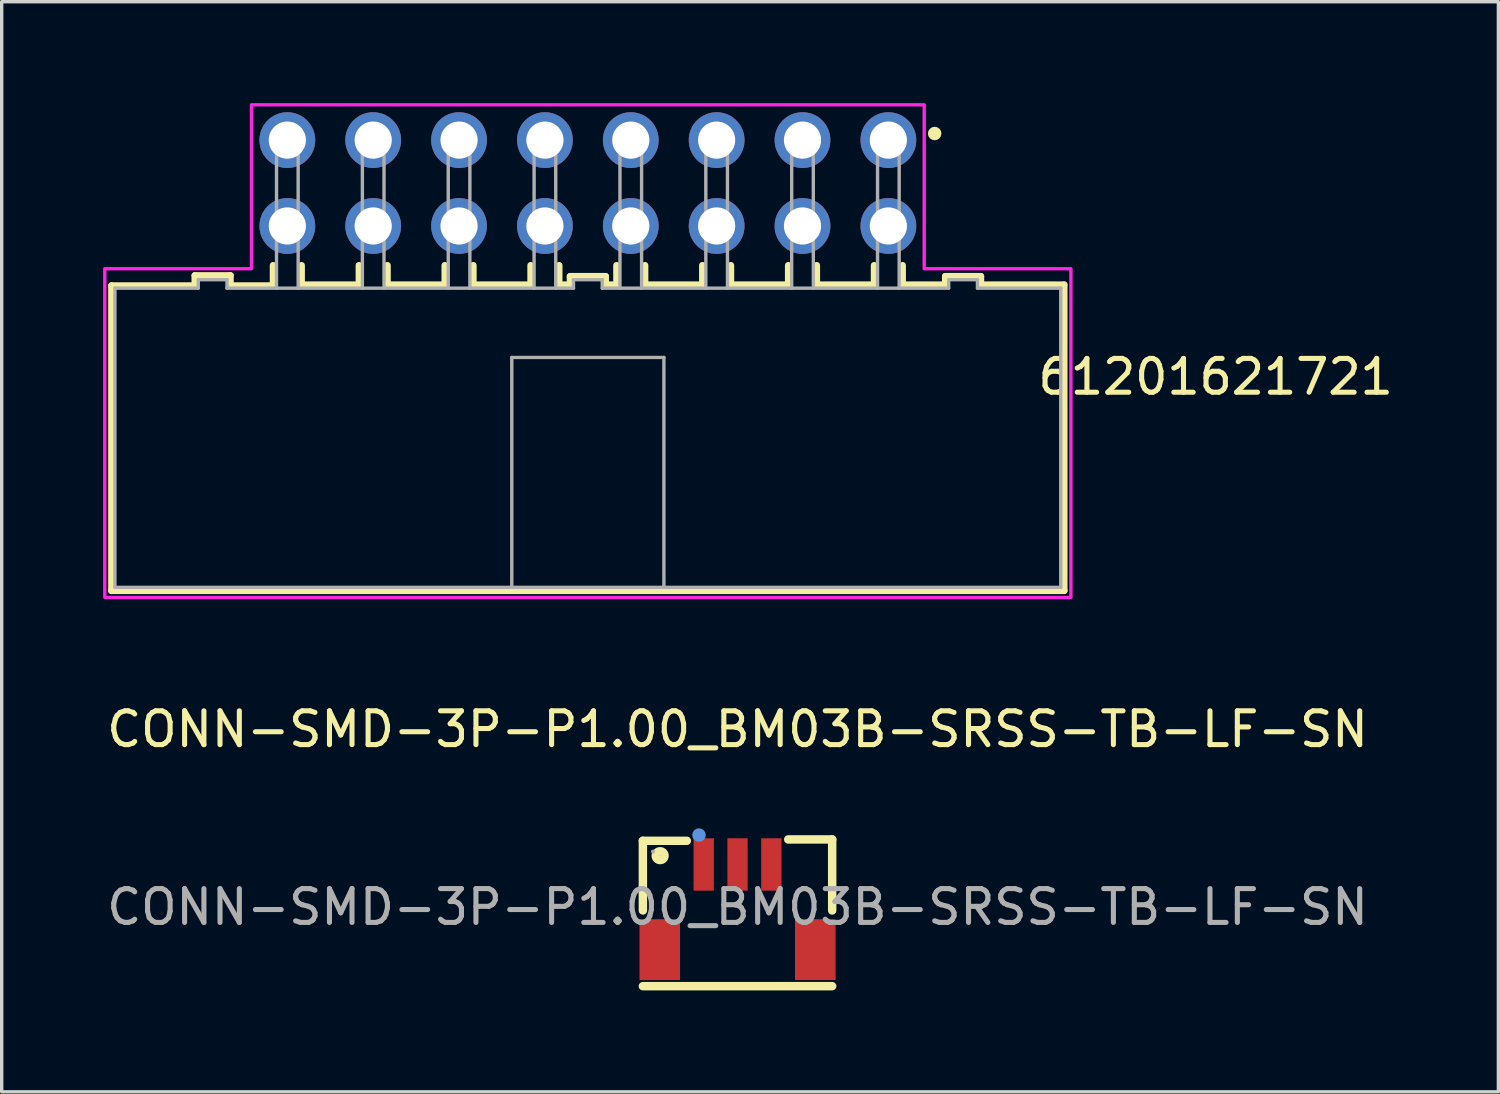
<source format=kicad_pcb>
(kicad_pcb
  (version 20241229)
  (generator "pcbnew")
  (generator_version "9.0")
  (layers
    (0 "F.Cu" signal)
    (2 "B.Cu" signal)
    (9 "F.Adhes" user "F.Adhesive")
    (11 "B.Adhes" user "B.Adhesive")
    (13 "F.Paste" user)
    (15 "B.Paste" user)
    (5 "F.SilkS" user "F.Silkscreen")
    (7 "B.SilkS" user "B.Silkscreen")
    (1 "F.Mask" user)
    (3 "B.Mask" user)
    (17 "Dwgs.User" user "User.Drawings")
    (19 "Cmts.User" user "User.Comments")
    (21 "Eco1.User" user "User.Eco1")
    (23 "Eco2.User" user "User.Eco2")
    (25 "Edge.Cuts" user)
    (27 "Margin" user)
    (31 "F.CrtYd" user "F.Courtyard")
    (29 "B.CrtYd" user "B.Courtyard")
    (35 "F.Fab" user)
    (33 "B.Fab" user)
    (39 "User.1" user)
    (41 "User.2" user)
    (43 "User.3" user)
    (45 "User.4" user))
  (footprint "CONN-SMD-3P-P1.00_BM03B-SRSS-TB-LF-SN"
    (layer "F.Cu")
    (at 18.768 23.783)
    (property "Reference" "CONN-SMD-3P-P1.00_BM03B-SRSS-TB-LF-SN" (at 0 -5.26 0) (layer "F.SilkS") (effects (font (size 1 1) (thickness 0.15))))
    (attr smd)
    (fp_line (start -2.8 -1.96) (end -2.8 0.1) (stroke (width 0.25) (type solid)) (layer "F.SilkS"))
    (fp_line (start -2.8 2.34) (end 2.8 2.34) (stroke (width 0.25) (type solid)) (layer "F.SilkS"))
    (fp_line (start -1.5 -1.96) (end -2.8 -1.96) (stroke (width 0.25) (type solid)) (layer "F.SilkS"))
    (fp_line (start 1.5 -2) (end 2.8 -2) (stroke (width 0.25) (type solid)) (layer "F.SilkS"))
    (fp_line (start 2.8 -2) (end 2.8 0.1) (stroke (width 0.25) (type solid)) (layer "F.SilkS"))
    (fp_circle (center -2.29 -1.52) (end -2.16 -1.52) (stroke (width 0.25) (type solid)) (fill no) (layer "F.SilkS"))
    (fp_circle (center -1.14 -2.13) (end -1.04 -2.13) (stroke (width 0.2) (type solid)) (fill no) (layer "Cmts.User"))
    (fp_circle (center -2.5 -1.64) (end -2.47 -1.64) (stroke (width 0.06) (type solid)) (fill no) (layer "F.Fab"))
    (fp_text user "${REFERENCE}" (at 0 0 0) (layer "F.Fab") (effects (font (size 1 1) (thickness 0.15))))
    (pad "1" smd rect (at -1 -1.26) (size 0.6 1.55) (layers "F.Cu" "F.Mask" "F.Paste"))
    (pad "2" smd rect (at 0 -1.26) (size 0.6 1.55) (layers "F.Cu" "F.Mask" "F.Paste"))
    (pad "3" smd rect (at 1 -1.26) (size 0.6 1.55) (layers "F.Cu" "F.Mask" "F.Paste"))
    (pad "4" smd rect (at 2.3 1.26) (size 1.2 1.8) (layers "F.Cu" "F.Mask" "F.Paste"))
    (pad "5" smd rect (at -2.3 1.26) (size 1.2 1.8) (layers "F.Cu" "F.Mask" "F.Paste")))
  (footprint "61201621721"
    (layer "F.Cu")
    (at 14.34 9.9)
    (property "Reference" "61201621721" (at 18.573 -1.802 0) (layer "F.SilkS") (effects (font (size 1 1) (thickness 0.15))))
    (attr through_hole)
    (fp_line (start -14.09 -4.5) (end -14.09 4.525) (stroke (width 0.2) (type solid)) (layer "F.SilkS"))
    (fp_line (start -14.09 4.525) (end 14.09 4.525) (stroke (width 0.2) (type solid)) (layer "F.SilkS"))
    (fp_line (start -11.625 -4.8) (end -10.575 -4.8) (stroke (width 0.2) (type solid)) (layer "F.SilkS"))
    (fp_line (start -11.625 -4.5) (end -14.09 -4.5) (stroke (width 0.2) (type solid)) (layer "F.SilkS"))
    (fp_line (start -11.625 -4.5) (end -11.625 -4.8) (stroke (width 0.2) (type solid)) (layer "F.SilkS"))
    (fp_line (start -10.575 -4.8) (end -10.575 -4.5) (stroke (width 0.2) (type solid)) (layer "F.SilkS"))
    (fp_line (start -10.575 -4.5) (end -9.31 -4.5) (stroke (width 0.2) (type solid)) (layer "F.SilkS"))
    (fp_line (start -9.31 -4.5) (end -9.31 -5.1) (stroke (width 0.2) (type solid)) (layer "F.SilkS"))
    (fp_line (start -8.47 -5.1) (end -8.47 -4.525) (stroke (width 0.2) (type solid)) (layer "F.SilkS"))
    (fp_line (start -8.47 -4.525) (end -6.77 -4.525) (stroke (width 0.2) (type solid)) (layer "F.SilkS"))
    (fp_line (start -6.77 -4.525) (end -6.77 -5.1) (stroke (width 0.2) (type solid)) (layer "F.SilkS"))
    (fp_line (start -5.93 -5.1) (end -5.93 -4.525) (stroke (width 0.2) (type solid)) (layer "F.SilkS"))
    (fp_line (start -5.93 -4.525) (end -4.23 -4.525) (stroke (width 0.2) (type solid)) (layer "F.SilkS"))
    (fp_line (start -4.23 -4.525) (end -4.23 -5.1) (stroke (width 0.2) (type solid)) (layer "F.SilkS"))
    (fp_line (start -3.39 -5.1) (end -3.39 -4.525) (stroke (width 0.2) (type solid)) (layer "F.SilkS"))
    (fp_line (start -3.39 -4.525) (end -1.69 -4.525) (stroke (width 0.2) (type solid)) (layer "F.SilkS"))
    (fp_line (start -1.69 -4.525) (end -1.69 -5.1) (stroke (width 0.2) (type solid)) (layer "F.SilkS"))
    (fp_line (start -0.85 -5.1) (end -0.85 -4.525) (stroke (width 0.2) (type solid)) (layer "F.SilkS"))
    (fp_line (start -0.85 -4.525) (end -0.525 -4.525) (stroke (width 0.2) (type solid)) (layer "F.SilkS"))
    (fp_line (start -0.525 -4.775) (end 0.525 -4.775) (stroke (width 0.2) (type solid)) (layer "F.SilkS"))
    (fp_line (start -0.525 -4.525) (end -0.525 -4.775) (stroke (width 0.2) (type solid)) (layer "F.SilkS"))
    (fp_line (start 0.525 -4.775) (end 0.525 -4.525) (stroke (width 0.2) (type solid)) (layer "F.SilkS"))
    (fp_line (start 0.525 -4.525) (end 0.85 -4.525) (stroke (width 0.2) (type solid)) (layer "F.SilkS"))
    (fp_line (start 0.85 -4.525) (end 0.85 -5.1) (stroke (width 0.2) (type solid)) (layer "F.SilkS"))
    (fp_line (start 1.69 -5.1) (end 1.69 -4.525) (stroke (width 0.2) (type solid)) (layer "F.SilkS"))
    (fp_line (start 1.69 -4.525) (end 3.39 -4.525) (stroke (width 0.2) (type solid)) (layer "F.SilkS"))
    (fp_line (start 3.39 -4.525) (end 3.39 -5.1) (stroke (width 0.2) (type solid)) (layer "F.SilkS"))
    (fp_line (start 4.23 -5.1) (end 4.23 -4.525) (stroke (width 0.2) (type solid)) (layer "F.SilkS"))
    (fp_line (start 4.23 -4.525) (end 5.93 -4.525) (stroke (width 0.2) (type solid)) (layer "F.SilkS"))
    (fp_line (start 5.93 -4.525) (end 5.93 -5.1) (stroke (width 0.2) (type solid)) (layer "F.SilkS"))
    (fp_line (start 6.77 -5.1) (end 6.77 -4.525) (stroke (width 0.2) (type solid)) (layer "F.SilkS"))
    (fp_line (start 6.77 -4.525) (end 8.47 -4.525) (stroke (width 0.2) (type solid)) (layer "F.SilkS"))
    (fp_line (start 8.47 -4.525) (end 8.47 -5.1) (stroke (width 0.2) (type solid)) (layer "F.SilkS"))
    (fp_line (start 9.31 -4.525) (end 9.31 -5.1) (stroke (width 0.2) (type solid)) (layer "F.SilkS"))
    (fp_line (start 10.575 -4.775) (end 10.575 -4.525) (stroke (width 0.2) (type solid)) (layer "F.SilkS"))
    (fp_line (start 10.575 -4.525) (end 9.31 -4.525) (stroke (width 0.2) (type solid)) (layer "F.SilkS"))
    (fp_line (start 11.625 -4.775) (end 10.575 -4.775) (stroke (width 0.2) (type solid)) (layer "F.SilkS"))
    (fp_line (start 11.625 -4.525) (end 11.625 -4.775) (stroke (width 0.2) (type solid)) (layer "F.SilkS"))
    (fp_line (start 14.09 -4.525) (end 11.625 -4.525) (stroke (width 0.2) (type solid)) (layer "F.SilkS"))
    (fp_line (start 14.09 4.525) (end 14.09 -4.525) (stroke (width 0.2) (type solid)) (layer "F.SilkS"))
    (fp_circle (center 10.26 -9) (end 10.36 -9) (stroke (width 0.2) (type solid)) (fill no) (layer "F.SilkS"))
    (fp_poly (pts (xy 9.95 -9.85) (xy 9.95 -5) (xy 14.29 -5) (xy 14.29 4.725) (xy -14.29 4.725) (xy -14.29 -5) (xy -9.95 -5) (xy -9.95 -9.85)) (stroke (width 0.1) (type solid)) (fill no) (layer "F.CrtYd"))
    (fp_line (start -13.99 -4.425) (end -11.525 -4.425) (stroke (width 0.1) (type solid)) (layer "F.Fab"))
    (fp_line (start -13.99 4.425) (end -13.99 -4.425) (stroke (width 0.1) (type solid)) (layer "F.Fab"))
    (fp_line (start -11.525 -4.675) (end -10.675 -4.675) (stroke (width 0.1) (type solid)) (layer "F.Fab"))
    (fp_line (start -11.525 -4.425) (end -11.525 -4.675) (stroke (width 0.1) (type solid)) (layer "F.Fab"))
    (fp_line (start -10.675 -4.675) (end -10.675 -4.425) (stroke (width 0.1) (type solid)) (layer "F.Fab"))
    (fp_line (start -10.675 -4.425) (end -1.59 -4.425) (stroke (width 0.1) (type solid)) (layer "F.Fab"))
    (fp_line (start -9.21 -9.125) (end -9.21 -4.425) (stroke (width 0.1) (type solid)) (layer "F.Fab"))
    (fp_line (start -9.21 -9.125) (end -8.57 -9.125) (stroke (width 0.1) (type solid)) (layer "F.Fab"))
    (fp_line (start -8.57 -9.125) (end -8.57 -4.425) (stroke (width 0.1) (type solid)) (layer "F.Fab"))
    (fp_line (start -6.67 -9.125) (end -6.67 -4.425) (stroke (width 0.1) (type solid)) (layer "F.Fab"))
    (fp_line (start -6.67 -9.125) (end -6.03 -9.125) (stroke (width 0.1) (type solid)) (layer "F.Fab"))
    (fp_line (start -6.03 -9.125) (end -6.03 -4.425) (stroke (width 0.1) (type solid)) (layer "F.Fab"))
    (fp_line (start -4.13 -9.125) (end -4.13 -4.425) (stroke (width 0.1) (type solid)) (layer "F.Fab"))
    (fp_line (start -4.13 -9.125) (end -3.49 -9.125) (stroke (width 0.1) (type solid)) (layer "F.Fab"))
    (fp_line (start -3.49 -9.125) (end -3.49 -4.425) (stroke (width 0.1) (type solid)) (layer "F.Fab"))
    (fp_line (start -2.25 -2.375) (end 2.25 -2.375) (stroke (width 0.1) (type solid)) (layer "F.Fab"))
    (fp_line (start -2.25 4.4) (end -2.25 -2.375) (stroke (width 0.1) (type solid)) (layer "F.Fab"))
    (fp_line (start -1.59 -9.125) (end -1.59 -4.425) (stroke (width 0.1) (type solid)) (layer "F.Fab"))
    (fp_line (start -1.59 -9.125) (end -0.95 -9.125) (stroke (width 0.1) (type solid)) (layer "F.Fab"))
    (fp_line (start -1.59 -4.425) (end -0.95 -4.425) (stroke (width 0.1) (type solid)) (layer "F.Fab"))
    (fp_line (start -0.95 -9.125) (end -0.95 -4.425) (stroke (width 0.1) (type solid)) (layer "F.Fab"))
    (fp_line (start -0.95 -4.425) (end -0.425 -4.425) (stroke (width 0.1) (type solid)) (layer "F.Fab"))
    (fp_line (start -0.425 -4.675) (end 0.425 -4.675) (stroke (width 0.1) (type solid)) (layer "F.Fab"))
    (fp_line (start -0.425 -4.425) (end -0.425 -4.675) (stroke (width 0.1) (type solid)) (layer "F.Fab"))
    (fp_line (start 0.425 -4.675) (end 0.425 -4.425) (stroke (width 0.1) (type solid)) (layer "F.Fab"))
    (fp_line (start 0.425 -4.425) (end 10.675 -4.425) (stroke (width 0.1) (type solid)) (layer "F.Fab"))
    (fp_line (start 0.95 -9.125) (end 0.95 -4.425) (stroke (width 0.1) (type solid)) (layer "F.Fab"))
    (fp_line (start 0.95 -9.125) (end 1.59 -9.125) (stroke (width 0.1) (type solid)) (layer "F.Fab"))
    (fp_line (start 1.59 -9.125) (end 1.59 -4.425) (stroke (width 0.1) (type solid)) (layer "F.Fab"))
    (fp_line (start 2.25 -2.375) (end 2.25 4.4) (stroke (width 0.1) (type solid)) (layer "F.Fab"))
    (fp_line (start 3.49 -9.125) (end 3.49 -4.425) (stroke (width 0.1) (type solid)) (layer "F.Fab"))
    (fp_line (start 3.49 -9.125) (end 4.13 -9.125) (stroke (width 0.1) (type solid)) (layer "F.Fab"))
    (fp_line (start 4.13 -9.125) (end 4.13 -4.425) (stroke (width 0.1) (type solid)) (layer "F.Fab"))
    (fp_line (start 6.03 -9.125) (end 6.03 -4.425) (stroke (width 0.1) (type solid)) (layer "F.Fab"))
    (fp_line (start 6.03 -9.125) (end 6.67 -9.125) (stroke (width 0.1) (type solid)) (layer "F.Fab"))
    (fp_line (start 6.67 -9.125) (end 6.67 -4.425) (stroke (width 0.1) (type solid)) (layer "F.Fab"))
    (fp_line (start 8.57 -9.125) (end 8.57 -4.425) (stroke (width 0.1) (type solid)) (layer "F.Fab"))
    (fp_line (start 8.57 -9.125) (end 9.21 -9.125) (stroke (width 0.1) (type solid)) (layer "F.Fab"))
    (fp_line (start 9.21 -9.125) (end 9.21 -4.425) (stroke (width 0.1) (type solid)) (layer "F.Fab"))
    (fp_line (start 10.675 -4.675) (end 11.525 -4.675) (stroke (width 0.1) (type solid)) (layer "F.Fab"))
    (fp_line (start 10.675 -4.425) (end 10.675 -4.675) (stroke (width 0.1) (type solid)) (layer "F.Fab"))
    (fp_line (start 11.525 -4.675) (end 11.525 -4.425) (stroke (width 0.1) (type solid)) (layer "F.Fab"))
    (fp_line (start 11.525 -4.425) (end 13.99 -4.425) (stroke (width 0.1) (type solid)) (layer "F.Fab"))
    (fp_line (start 13.99 -4.425) (end 13.99 4.425) (stroke (width 0.1) (type solid)) (layer "F.Fab"))
    (fp_line (start 13.99 4.425) (end -13.99 4.425) (stroke (width 0.1) (type solid)) (layer "F.Fab"))
    (pad "1" thru_hole circle (at 8.89 -8.805) (size 1.65 1.65) (drill 1.1) (layers "*.Cu" "*.Mask"))
    (pad "2" thru_hole circle (at 8.89 -6.265) (size 1.65 1.65) (drill 1.1) (layers "*.Cu" "*.Mask"))
    (pad "3" thru_hole circle (at 6.35 -8.805) (size 1.65 1.65) (drill 1.1) (layers "*.Cu" "*.Mask"))
    (pad "4" thru_hole circle (at 6.35 -6.265) (size 1.65 1.65) (drill 1.1) (layers "*.Cu" "*.Mask"))
    (pad "5" thru_hole circle (at 3.81 -8.805) (size 1.65 1.65) (drill 1.1) (layers "*.Cu" "*.Mask"))
    (pad "6" thru_hole circle (at 3.81 -6.265) (size 1.65 1.65) (drill 1.1) (layers "*.Cu" "*.Mask"))
    (pad "7" thru_hole circle (at 1.27 -8.805) (size 1.65 1.65) (drill 1.1) (layers "*.Cu" "*.Mask"))
    (pad "8" thru_hole circle (at 1.27 -6.265) (size 1.65 1.65) (drill 1.1) (layers "*.Cu" "*.Mask"))
    (pad "9" thru_hole circle (at -1.27 -8.805) (size 1.65 1.65) (drill 1.1) (layers "*.Cu" "*.Mask"))
    (pad "10" thru_hole circle (at -1.27 -6.265) (size 1.65 1.65) (drill 1.1) (layers "*.Cu" "*.Mask"))
    (pad "11" thru_hole circle (at -3.81 -8.805) (size 1.65 1.65) (drill 1.1) (layers "*.Cu" "*.Mask"))
    (pad "12" thru_hole circle (at -3.81 -6.265) (size 1.65 1.65) (drill 1.1) (layers "*.Cu" "*.Mask"))
    (pad "13" thru_hole circle (at -6.35 -8.805) (size 1.65 1.65) (drill 1.1) (layers "*.Cu" "*.Mask"))
    (pad "14" thru_hole circle (at -6.35 -6.265) (size 1.65 1.65) (drill 1.1) (layers "*.Cu" "*.Mask"))
    (pad "15" thru_hole circle (at -8.89 -8.805) (size 1.65 1.65) (drill 1.1) (layers "*.Cu" "*.Mask"))
    (pad "16" thru_hole circle (at -8.89 -6.265) (size 1.65 1.65) (drill 1.1) (layers "*.Cu" "*.Mask")))
  (gr_rect
    (start -3 -3)
    (end 41.276 29.248)
    (stroke (width 0.1) (type default))
    (fill no)
    (layer "Edge.Cuts")))
</source>
